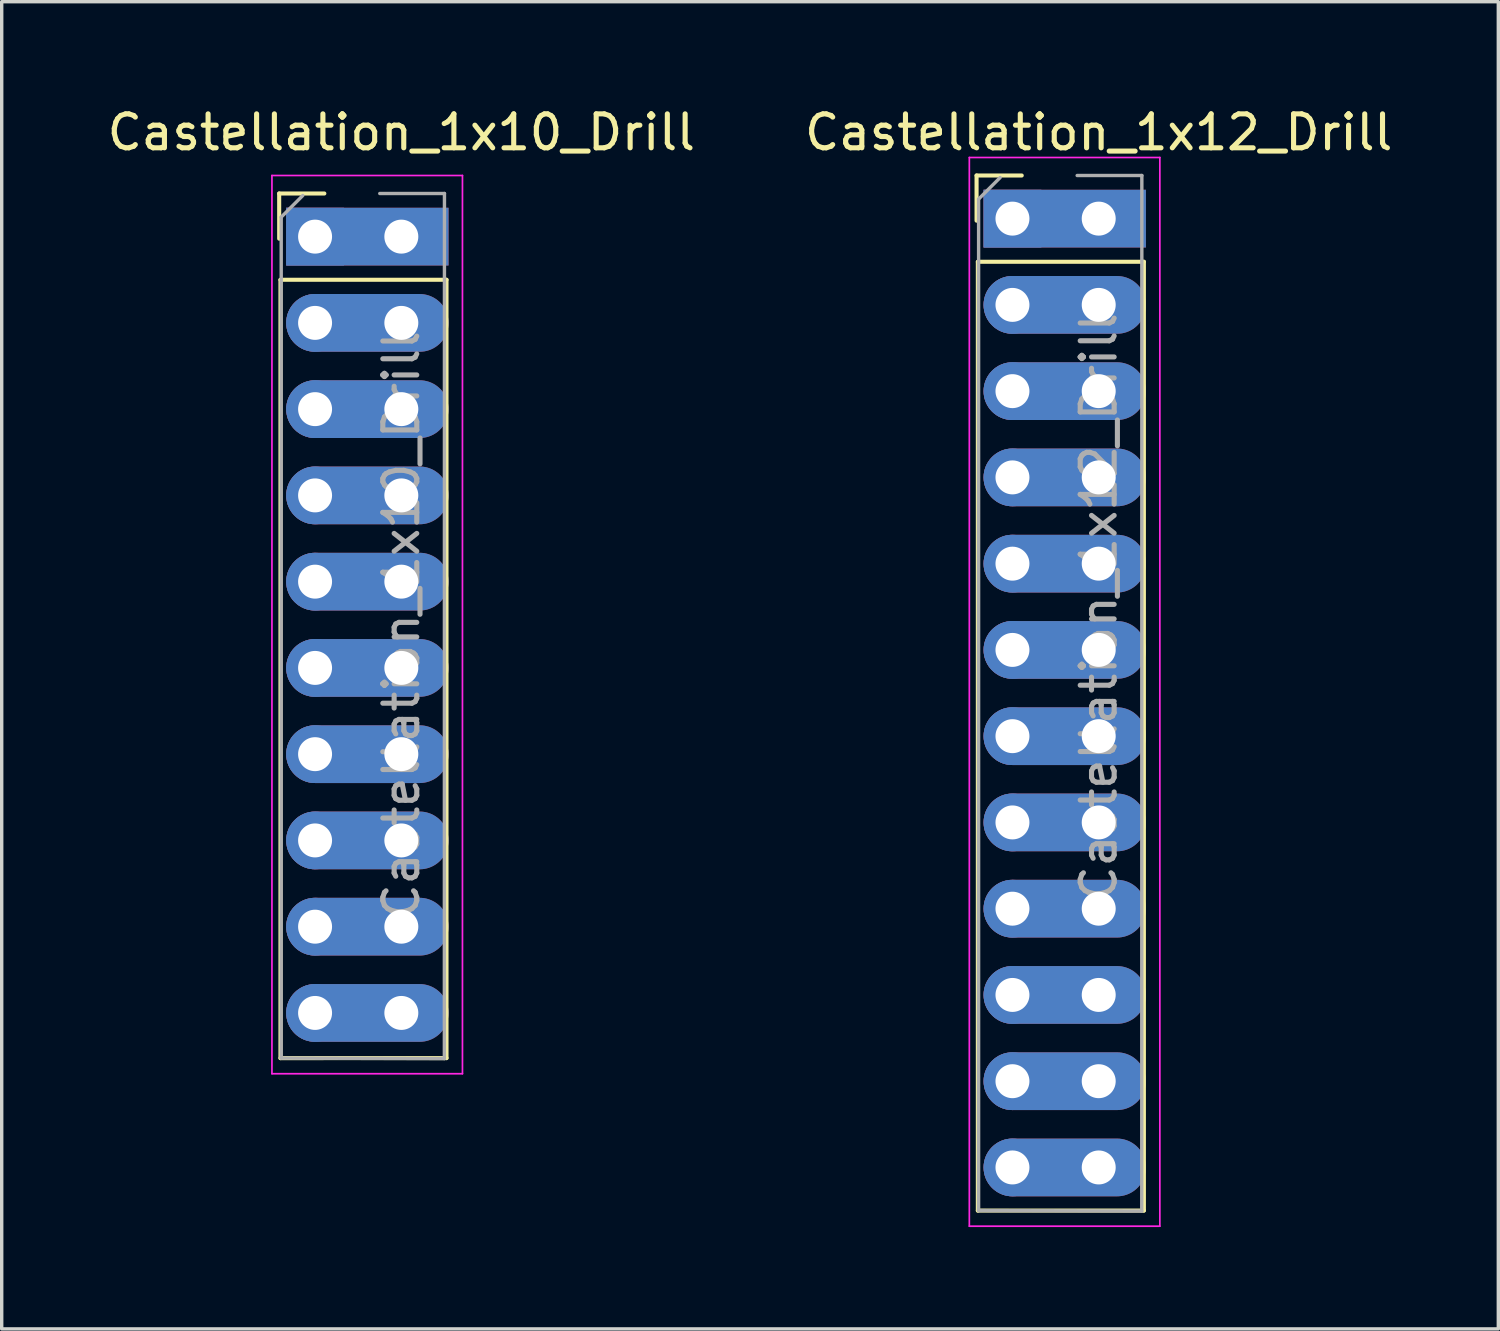
<source format=kicad_pcb>
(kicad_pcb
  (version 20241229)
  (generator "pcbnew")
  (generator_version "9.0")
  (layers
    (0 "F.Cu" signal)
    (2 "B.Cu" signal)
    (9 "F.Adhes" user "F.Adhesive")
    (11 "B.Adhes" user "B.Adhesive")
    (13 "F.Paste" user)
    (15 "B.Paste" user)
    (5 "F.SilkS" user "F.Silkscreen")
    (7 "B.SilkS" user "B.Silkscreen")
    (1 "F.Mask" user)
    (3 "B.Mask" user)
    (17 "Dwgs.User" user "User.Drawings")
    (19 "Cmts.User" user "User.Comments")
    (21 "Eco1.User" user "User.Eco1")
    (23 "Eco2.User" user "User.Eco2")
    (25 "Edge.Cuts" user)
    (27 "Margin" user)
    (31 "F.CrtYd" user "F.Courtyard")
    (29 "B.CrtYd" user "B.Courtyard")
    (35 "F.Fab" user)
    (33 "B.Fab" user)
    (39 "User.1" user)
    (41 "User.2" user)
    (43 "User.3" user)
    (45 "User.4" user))
  (footprint "Castellation_1x10_Drill"
    (layer "F.Cu")
    (at 8.768 15.348)
    (property "Reference" "Castellation_1x10_Drill" (at 0 -14.5 0) (unlocked yes) (layer "F.SilkS") (effects (font (size 1 1) (thickness 0.15))))
    (attr through_hole)
    (fp_line (start -3.597 -12.7) (end -2.267 -12.7) (stroke (width 0.12) (type solid)) (layer "F.SilkS"))
    (fp_line (start -3.597 -11.37) (end -3.597 -12.7) (stroke (width 0.12) (type solid)) (layer "F.SilkS"))
    (fp_line (start -3.559 -10.159) (end -3.559 12.761) (stroke (width 0.12) (type solid)) (layer "F.SilkS"))
    (fp_line (start -3.559 -10.159) (end 1.33 -10.16) (stroke (width 0.12) (type solid)) (layer "F.SilkS"))
    (fp_line (start -3.559 12.761) (end 1.33 12.76) (stroke (width 0.12) (type solid)) (layer "F.SilkS"))
    (fp_line (start 1.33 -10.16) (end 1.33 12.76) (stroke (width 0.12) (type solid)) (layer "F.SilkS"))
    (fp_line (start -3.81 -13.23) (end -3.81 13.22) (stroke (width 0.05) (type solid)) (layer "F.CrtYd"))
    (fp_line (start -3.81 13.22) (end 1.8 13.22) (stroke (width 0.05) (type solid)) (layer "F.CrtYd"))
    (fp_line (start 1.8 -13.23) (end -3.81 -13.23) (stroke (width 0.05) (type solid)) (layer "F.CrtYd"))
    (fp_line (start 1.8 13.22) (end 1.8 -13.23) (stroke (width 0.05) (type solid)) (layer "F.CrtYd"))
    (fp_line (start -3.537 -12.005) (end -2.902 -12.64) (stroke (width 0.1) (type solid)) (layer "F.Fab"))
    (fp_line (start -3.537 12.76) (end -3.537 -12.005) (stroke (width 0.1) (type solid)) (layer "F.Fab"))
    (fp_line (start -0.635 -12.7) (end 1.27 -12.7) (stroke (width 0.1) (type solid)) (layer "F.Fab"))
    (fp_line (start 1.267 12.774) (end -3.537 12.76) (stroke (width 0.1) (type solid)) (layer "F.Fab"))
    (fp_line (start 1.27 -12.7) (end 1.267 12.774) (stroke (width 0.1) (type solid)) (layer "F.Fab"))
    (fp_text user "${REFERENCE}" (at 0 0 90) (layer "F.Fab") (effects (font (size 1 1) (thickness 0.15))))
    (pad "1" thru_hole rect (at -2.54 -11.43) (size 1.7 1.7) (drill 1) (layers "*.Cu" "*.Mask"))
    (pad "1" thru_hole rect (at 0 -11.43) (size 4.78 1.7) (drill 1 (offset -1 0)) (layers "*.Cu" "*.Mask"))
    (pad "2" thru_hole circle (at -2.54 -8.89) (size 1.7 1.7) (drill 1) (layers "*.Cu" "*.Mask"))
    (pad "2" thru_hole oval (at 0 -8.89) (size 4.78 1.7) (drill 1 (offset -1 0)) (layers "*.Cu" "*.Mask"))
    (pad "3" thru_hole circle (at -2.54 -6.35) (size 1.7 1.7) (drill 1) (layers "*.Cu" "*.Mask"))
    (pad "3" thru_hole oval (at 0 -6.35) (size 4.78 1.7) (drill 1 (offset -1 0)) (layers "*.Cu" "*.Mask"))
    (pad "4" thru_hole circle (at -2.54 -3.81) (size 1.7 1.7) (drill 1) (layers "*.Cu" "*.Mask"))
    (pad "4" thru_hole oval (at 0 -3.81) (size 4.78 1.7) (drill 1 (offset -1 0)) (layers "*.Cu" "*.Mask"))
    (pad "5" thru_hole circle (at -2.54 -1.27) (size 1.7 1.7) (drill 1) (layers "*.Cu" "*.Mask"))
    (pad "5" thru_hole oval (at 0 -1.27) (size 4.78 1.7) (drill 1 (offset -1 0)) (layers "*.Cu" "*.Mask"))
    (pad "6" thru_hole circle (at -2.54 1.27) (size 1.7 1.7) (drill 1) (layers "*.Cu" "*.Mask"))
    (pad "6" thru_hole oval (at 0 1.27) (size 4.78 1.7) (drill 1 (offset -1 0)) (layers "*.Cu" "*.Mask"))
    (pad "7" thru_hole circle (at -2.54 3.81) (size 1.7 1.7) (drill 1) (layers "*.Cu" "*.Mask"))
    (pad "7" thru_hole oval (at 0 3.81) (size 4.78 1.7) (drill 1 (offset -1 0)) (layers "*.Cu" "*.Mask"))
    (pad "8" thru_hole circle (at -2.54 6.35) (size 1.7 1.7) (drill 1) (layers "*.Cu" "*.Mask"))
    (pad "8" thru_hole oval (at 0 6.35) (size 4.78 1.7) (drill 1 (offset -1 0)) (layers "*.Cu" "*.Mask"))
    (pad "9" thru_hole circle (at -2.54 8.89) (size 1.7 1.7) (drill 1) (layers "*.Cu" "*.Mask"))
    (pad "9" thru_hole oval (at 0 8.89) (size 4.78 1.7) (drill 1 (offset -1 0)) (layers "*.Cu" "*.Mask"))
    (pad "10" thru_hole circle (at -2.54 11.43) (size 1.7 1.7) (drill 1) (layers "*.Cu" "*.Mask"))
    (pad "10" thru_hole oval (at 0 11.43) (size 4.78 1.7) (drill 1 (offset -1 0)) (layers "*.Cu" "*.Mask")))
  (footprint "Castellation_1x12_Drill"
    (layer "F.Cu")
    (at 29.304 17.358)
    (property "Reference" "Castellation_1x12_Drill" (at 0 -16.51 0) (unlocked yes) (layer "F.SilkS") (effects (font (size 1 1) (thickness 0.15))))
    (attr through_hole)
    (fp_line (start -3.597 -15.24) (end -2.267 -15.24) (stroke (width 0.12) (type solid)) (layer "F.SilkS"))
    (fp_line (start -3.597 -13.91) (end -3.597 -15.24) (stroke (width 0.12) (type solid)) (layer "F.SilkS"))
    (fp_line (start -3.559 -12.699) (end -3.559 15.24) (stroke (width 0.12) (type solid)) (layer "F.SilkS"))
    (fp_line (start -3.559 -12.699) (end 1.33 -12.7) (stroke (width 0.12) (type solid)) (layer "F.SilkS"))
    (fp_line (start -3.559 15.24) (end 1.33 15.24) (stroke (width 0.12) (type solid)) (layer "F.SilkS"))
    (fp_line (start 1.33 -12.7) (end 1.33 15.24) (stroke (width 0.12) (type solid)) (layer "F.SilkS"))
    (fp_line (start -3.81 -15.77) (end -3.81 15.7) (stroke (width 0.05) (type solid)) (layer "F.CrtYd"))
    (fp_line (start -3.81 15.7) (end 1.8 15.7) (stroke (width 0.05) (type solid)) (layer "F.CrtYd"))
    (fp_line (start 1.8 -15.77) (end -3.81 -15.77) (stroke (width 0.05) (type solid)) (layer "F.CrtYd"))
    (fp_line (start 1.8 15.7) (end 1.8 -15.77) (stroke (width 0.05) (type solid)) (layer "F.CrtYd"))
    (fp_line (start -3.537 -14.545) (end -2.902 -15.18) (stroke (width 0.1) (type solid)) (layer "F.Fab"))
    (fp_line (start -3.537 15.24) (end -3.537 -14.545) (stroke (width 0.1) (type solid)) (layer "F.Fab"))
    (fp_line (start -0.635 -15.24) (end 1.27 -15.24) (stroke (width 0.1) (type solid)) (layer "F.Fab"))
    (fp_line (start 1.267 15.254) (end -3.537 15.24) (stroke (width 0.1) (type solid)) (layer "F.Fab"))
    (fp_line (start 1.27 -15.24) (end 1.267 15.254) (stroke (width 0.1) (type solid)) (layer "F.Fab"))
    (fp_text user "${REFERENCE}" (at 0 -2.54 90) (layer "F.Fab") (effects (font (size 1 1) (thickness 0.15))))
    (pad "1" thru_hole rect (at -2.54 -13.97) (size 1.7 1.7) (drill 1) (layers "*.Cu" "*.Mask"))
    (pad "1" thru_hole rect (at 0 -13.97) (size 4.78 1.7) (drill 1 (offset -1 0)) (layers "*.Cu" "*.Mask"))
    (pad "2" thru_hole circle (at -2.54 -11.43) (size 1.7 1.7) (drill 1) (layers "*.Cu" "*.Mask"))
    (pad "2" thru_hole oval (at 0 -11.43) (size 4.78 1.7) (drill 1 (offset -1 0)) (layers "*.Cu" "*.Mask"))
    (pad "3" thru_hole circle (at -2.54 -8.89) (size 1.7 1.7) (drill 1) (layers "*.Cu" "*.Mask"))
    (pad "3" thru_hole oval (at 0 -8.89) (size 4.78 1.7) (drill 1 (offset -1 0)) (layers "*.Cu" "*.Mask"))
    (pad "4" thru_hole circle (at -2.54 -6.35) (size 1.7 1.7) (drill 1) (layers "*.Cu" "*.Mask"))
    (pad "4" thru_hole oval (at 0 -6.35) (size 4.78 1.7) (drill 1 (offset -1 0)) (layers "*.Cu" "*.Mask"))
    (pad "5" thru_hole circle (at -2.54 -3.81) (size 1.7 1.7) (drill 1) (layers "*.Cu" "*.Mask"))
    (pad "5" thru_hole oval (at 0 -3.81) (size 4.78 1.7) (drill 1 (offset -1 0)) (layers "*.Cu" "*.Mask"))
    (pad "6" thru_hole circle (at -2.54 -1.27) (size 1.7 1.7) (drill 1) (layers "*.Cu" "*.Mask"))
    (pad "6" thru_hole oval (at 0 -1.27) (size 4.78 1.7) (drill 1 (offset -1 0)) (layers "*.Cu" "*.Mask"))
    (pad "7" thru_hole circle (at -2.54 1.27) (size 1.7 1.7) (drill 1) (layers "*.Cu" "*.Mask"))
    (pad "7" thru_hole oval (at 0 1.27) (size 4.78 1.7) (drill 1 (offset -1 0)) (layers "*.Cu" "*.Mask"))
    (pad "8" thru_hole circle (at -2.54 3.81) (size 1.7 1.7) (drill 1) (layers "*.Cu" "*.Mask"))
    (pad "8" thru_hole oval (at 0 3.81) (size 4.78 1.7) (drill 1 (offset -1 0)) (layers "*.Cu" "*.Mask"))
    (pad "9" thru_hole circle (at -2.54 6.35) (size 1.7 1.7) (drill 1) (layers "*.Cu" "*.Mask"))
    (pad "9" thru_hole oval (at 0 6.35) (size 4.78 1.7) (drill 1 (offset -1 0)) (layers "*.Cu" "*.Mask"))
    (pad "10" thru_hole circle (at -2.54 8.89) (size 1.7 1.7) (drill 1) (layers "*.Cu" "*.Mask"))
    (pad "10" thru_hole oval (at 0 8.89) (size 4.78 1.7) (drill 1 (offset -1 0)) (layers "*.Cu" "*.Mask"))
    (pad "11" thru_hole circle (at -2.54 11.43) (size 1.7 1.7) (drill 1) (layers "*.Cu" "*.Mask"))
    (pad "11" thru_hole oval (at 0 11.43) (size 4.78 1.7) (drill 1 (offset -1 0)) (layers "*.Cu" "*.Mask"))
    (pad "12" thru_hole circle (at -2.54 13.97) (size 1.7 1.7) (drill 1) (layers "*.Cu" "*.Mask"))
    (pad "12" thru_hole oval (at 0 13.97) (size 4.78 1.7) (drill 1 (offset -1 0)) (layers "*.Cu" "*.Mask")))
  (gr_rect
    (start -3 -3)
    (end 41.071 36.083)
    (stroke (width 0.1) (type default))
    (fill no)
    (layer "Edge.Cuts")))
</source>
